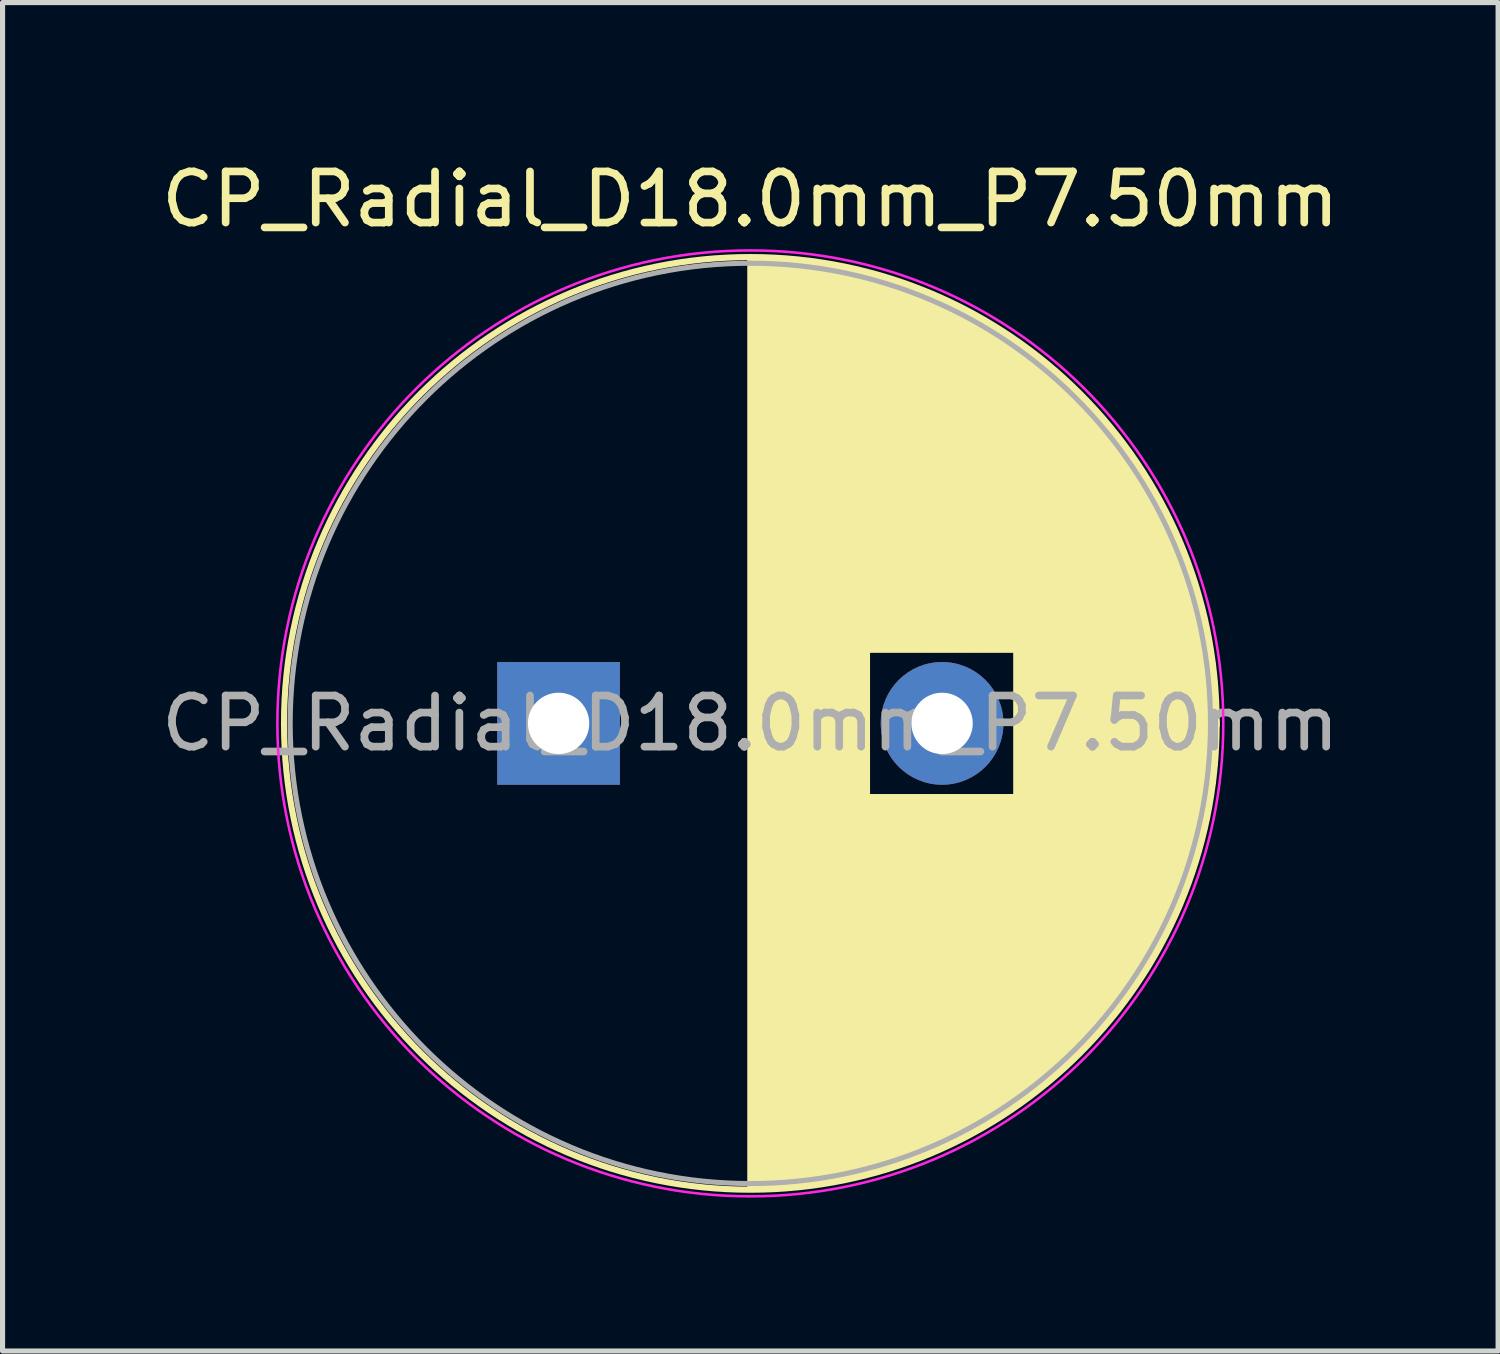
<source format=kicad_pcb>
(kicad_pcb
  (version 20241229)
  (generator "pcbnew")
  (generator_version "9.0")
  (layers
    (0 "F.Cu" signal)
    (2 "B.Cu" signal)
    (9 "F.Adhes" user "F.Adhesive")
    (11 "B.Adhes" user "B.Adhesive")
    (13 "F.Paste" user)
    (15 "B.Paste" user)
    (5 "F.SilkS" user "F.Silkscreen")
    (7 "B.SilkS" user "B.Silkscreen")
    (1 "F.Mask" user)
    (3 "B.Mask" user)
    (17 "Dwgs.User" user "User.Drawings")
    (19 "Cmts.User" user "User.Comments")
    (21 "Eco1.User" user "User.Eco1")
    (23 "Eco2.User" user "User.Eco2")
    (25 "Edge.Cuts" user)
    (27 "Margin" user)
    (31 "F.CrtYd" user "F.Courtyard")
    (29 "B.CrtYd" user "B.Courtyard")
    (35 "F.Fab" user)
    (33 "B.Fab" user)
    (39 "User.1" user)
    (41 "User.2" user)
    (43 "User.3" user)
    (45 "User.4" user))
  (footprint "CP_Radial_D18.0mm_P7.50mm"
    (layer "F.Cu")
    (at 7.875 11.098)
    (property "Reference" "CP_Radial_D18.0mm_P7.50mm" (at 3.75 -10.25 0) (layer "F.SilkS") (effects (font (size 1 1) (thickness 0.15))))
    (attr through_hole)
    (fp_line (start 3.75 -9.081) (end 3.75 9.081) (stroke (width 0.12) (type solid)) (layer "F.SilkS"))
    (fp_line (start 3.79 -9.08) (end 3.79 9.08) (stroke (width 0.12) (type solid)) (layer "F.SilkS"))
    (fp_line (start 3.83 -9.08) (end 3.83 9.08) (stroke (width 0.12) (type solid)) (layer "F.SilkS"))
    (fp_line (start 3.87 -9.08) (end 3.87 9.08) (stroke (width 0.12) (type solid)) (layer "F.SilkS"))
    (fp_line (start 3.91 -9.079) (end 3.91 9.079) (stroke (width 0.12) (type solid)) (layer "F.SilkS"))
    (fp_line (start 3.95 -9.078) (end 3.95 9.078) (stroke (width 0.12) (type solid)) (layer "F.SilkS"))
    (fp_line (start 3.99 -9.077) (end 3.99 9.077) (stroke (width 0.12) (type solid)) (layer "F.SilkS"))
    (fp_line (start 4.03 -9.076) (end 4.03 9.076) (stroke (width 0.12) (type solid)) (layer "F.SilkS"))
    (fp_line (start 4.07 -9.075) (end 4.07 9.075) (stroke (width 0.12) (type solid)) (layer "F.SilkS"))
    (fp_line (start 4.11 -9.073) (end 4.11 9.073) (stroke (width 0.12) (type solid)) (layer "F.SilkS"))
    (fp_line (start 4.15 -9.072) (end 4.15 9.072) (stroke (width 0.12) (type solid)) (layer "F.SilkS"))
    (fp_line (start 4.19 -9.07) (end 4.19 9.07) (stroke (width 0.12) (type solid)) (layer "F.SilkS"))
    (fp_line (start 4.23 -9.068) (end 4.23 9.068) (stroke (width 0.12) (type solid)) (layer "F.SilkS"))
    (fp_line (start 4.27 -9.066) (end 4.27 9.066) (stroke (width 0.12) (type solid)) (layer "F.SilkS"))
    (fp_line (start 4.31 -9.063) (end 4.31 9.063) (stroke (width 0.12) (type solid)) (layer "F.SilkS"))
    (fp_line (start 4.35 -9.061) (end 4.35 9.061) (stroke (width 0.12) (type solid)) (layer "F.SilkS"))
    (fp_line (start 4.39 -9.058) (end 4.39 9.058) (stroke (width 0.12) (type solid)) (layer "F.SilkS"))
    (fp_line (start 4.43 -9.055) (end 4.43 9.055) (stroke (width 0.12) (type solid)) (layer "F.SilkS"))
    (fp_line (start 4.471 -9.052) (end 4.471 9.052) (stroke (width 0.12) (type solid)) (layer "F.SilkS"))
    (fp_line (start 4.511 -9.049) (end 4.511 9.049) (stroke (width 0.12) (type solid)) (layer "F.SilkS"))
    (fp_line (start 4.551 -9.045) (end 4.551 9.045) (stroke (width 0.12) (type solid)) (layer "F.SilkS"))
    (fp_line (start 4.591 -9.042) (end 4.591 9.042) (stroke (width 0.12) (type solid)) (layer "F.SilkS"))
    (fp_line (start 4.631 -9.038) (end 4.631 9.038) (stroke (width 0.12) (type solid)) (layer "F.SilkS"))
    (fp_line (start 4.671 -9.034) (end 4.671 9.034) (stroke (width 0.12) (type solid)) (layer "F.SilkS"))
    (fp_line (start 4.711 -9.03) (end 4.711 9.03) (stroke (width 0.12) (type solid)) (layer "F.SilkS"))
    (fp_line (start 4.751 -9.026) (end 4.751 9.026) (stroke (width 0.12) (type solid)) (layer "F.SilkS"))
    (fp_line (start 4.791 -9.021) (end 4.791 9.021) (stroke (width 0.12) (type solid)) (layer "F.SilkS"))
    (fp_line (start 4.831 -9.016) (end 4.831 9.016) (stroke (width 0.12) (type solid)) (layer "F.SilkS"))
    (fp_line (start 4.871 -9.011) (end 4.871 9.011) (stroke (width 0.12) (type solid)) (layer "F.SilkS"))
    (fp_line (start 4.911 -9.006) (end 4.911 9.006) (stroke (width 0.12) (type solid)) (layer "F.SilkS"))
    (fp_line (start 4.951 -9.001) (end 4.951 9.001) (stroke (width 0.12) (type solid)) (layer "F.SilkS"))
    (fp_line (start 4.991 -8.996) (end 4.991 8.996) (stroke (width 0.12) (type solid)) (layer "F.SilkS"))
    (fp_line (start 5.031 -8.99) (end 5.031 8.99) (stroke (width 0.12) (type solid)) (layer "F.SilkS"))
    (fp_line (start 5.071 -8.984) (end 5.071 8.984) (stroke (width 0.12) (type solid)) (layer "F.SilkS"))
    (fp_line (start 5.111 -8.979) (end 5.111 8.979) (stroke (width 0.12) (type solid)) (layer "F.SilkS"))
    (fp_line (start 5.151 -8.972) (end 5.151 8.972) (stroke (width 0.12) (type solid)) (layer "F.SilkS"))
    (fp_line (start 5.191 -8.966) (end 5.191 8.966) (stroke (width 0.12) (type solid)) (layer "F.SilkS"))
    (fp_line (start 5.231 -8.96) (end 5.231 8.96) (stroke (width 0.12) (type solid)) (layer "F.SilkS"))
    (fp_line (start 5.271 -8.953) (end 5.271 8.953) (stroke (width 0.12) (type solid)) (layer "F.SilkS"))
    (fp_line (start 5.311 -8.946) (end 5.311 8.946) (stroke (width 0.12) (type solid)) (layer "F.SilkS"))
    (fp_line (start 5.351 -8.939) (end 5.351 8.939) (stroke (width 0.12) (type solid)) (layer "F.SilkS"))
    (fp_line (start 5.391 -8.932) (end 5.391 8.932) (stroke (width 0.12) (type solid)) (layer "F.SilkS"))
    (fp_line (start 5.431 -8.924) (end 5.431 8.924) (stroke (width 0.12) (type solid)) (layer "F.SilkS"))
    (fp_line (start 5.471 -8.917) (end 5.471 8.917) (stroke (width 0.12) (type solid)) (layer "F.SilkS"))
    (fp_line (start 5.511 -8.909) (end 5.511 8.909) (stroke (width 0.12) (type solid)) (layer "F.SilkS"))
    (fp_line (start 5.551 -8.901) (end 5.551 8.901) (stroke (width 0.12) (type solid)) (layer "F.SilkS"))
    (fp_line (start 5.591 -8.893) (end 5.591 8.893) (stroke (width 0.12) (type solid)) (layer "F.SilkS"))
    (fp_line (start 5.631 -8.885) (end 5.631 8.885) (stroke (width 0.12) (type solid)) (layer "F.SilkS"))
    (fp_line (start 5.671 -8.876) (end 5.671 8.876) (stroke (width 0.12) (type solid)) (layer "F.SilkS"))
    (fp_line (start 5.711 -8.867) (end 5.711 8.867) (stroke (width 0.12) (type solid)) (layer "F.SilkS"))
    (fp_line (start 5.751 -8.858) (end 5.751 8.858) (stroke (width 0.12) (type solid)) (layer "F.SilkS"))
    (fp_line (start 5.791 -8.849) (end 5.791 8.849) (stroke (width 0.12) (type solid)) (layer "F.SilkS"))
    (fp_line (start 5.831 -8.84) (end 5.831 8.84) (stroke (width 0.12) (type solid)) (layer "F.SilkS"))
    (fp_line (start 5.871 -8.831) (end 5.871 8.831) (stroke (width 0.12) (type solid)) (layer "F.SilkS"))
    (fp_line (start 5.911 -8.821) (end 5.911 8.821) (stroke (width 0.12) (type solid)) (layer "F.SilkS"))
    (fp_line (start 5.951 -8.811) (end 5.951 8.811) (stroke (width 0.12) (type solid)) (layer "F.SilkS"))
    (fp_line (start 5.991 -8.801) (end 5.991 8.801) (stroke (width 0.12) (type solid)) (layer "F.SilkS"))
    (fp_line (start 6.031 -8.791) (end 6.031 8.791) (stroke (width 0.12) (type solid)) (layer "F.SilkS"))
    (fp_line (start 6.071 -8.78) (end 6.071 -1.44) (stroke (width 0.12) (type solid)) (layer "F.SilkS"))
    (fp_line (start 6.071 1.44) (end 6.071 8.78) (stroke (width 0.12) (type solid)) (layer "F.SilkS"))
    (fp_line (start 6.111 -8.77) (end 6.111 -1.44) (stroke (width 0.12) (type solid)) (layer "F.SilkS"))
    (fp_line (start 6.111 1.44) (end 6.111 8.77) (stroke (width 0.12) (type solid)) (layer "F.SilkS"))
    (fp_line (start 6.151 -8.759) (end 6.151 -1.44) (stroke (width 0.12) (type solid)) (layer "F.SilkS"))
    (fp_line (start 6.151 1.44) (end 6.151 8.759) (stroke (width 0.12) (type solid)) (layer "F.SilkS"))
    (fp_line (start 6.191 -8.748) (end 6.191 -1.44) (stroke (width 0.12) (type solid)) (layer "F.SilkS"))
    (fp_line (start 6.191 1.44) (end 6.191 8.748) (stroke (width 0.12) (type solid)) (layer "F.SilkS"))
    (fp_line (start 6.231 -8.737) (end 6.231 -1.44) (stroke (width 0.12) (type solid)) (layer "F.SilkS"))
    (fp_line (start 6.231 1.44) (end 6.231 8.737) (stroke (width 0.12) (type solid)) (layer "F.SilkS"))
    (fp_line (start 6.271 -8.725) (end 6.271 -1.44) (stroke (width 0.12) (type solid)) (layer "F.SilkS"))
    (fp_line (start 6.271 1.44) (end 6.271 8.725) (stroke (width 0.12) (type solid)) (layer "F.SilkS"))
    (fp_line (start 6.311 -8.714) (end 6.311 -1.44) (stroke (width 0.12) (type solid)) (layer "F.SilkS"))
    (fp_line (start 6.311 1.44) (end 6.311 8.714) (stroke (width 0.12) (type solid)) (layer "F.SilkS"))
    (fp_line (start 6.351 -8.702) (end 6.351 -1.44) (stroke (width 0.12) (type solid)) (layer "F.SilkS"))
    (fp_line (start 6.351 1.44) (end 6.351 8.702) (stroke (width 0.12) (type solid)) (layer "F.SilkS"))
    (fp_line (start 6.391 -8.69) (end 6.391 -1.44) (stroke (width 0.12) (type solid)) (layer "F.SilkS"))
    (fp_line (start 6.391 1.44) (end 6.391 8.69) (stroke (width 0.12) (type solid)) (layer "F.SilkS"))
    (fp_line (start 6.431 -8.678) (end 6.431 -1.44) (stroke (width 0.12) (type solid)) (layer "F.SilkS"))
    (fp_line (start 6.431 1.44) (end 6.431 8.678) (stroke (width 0.12) (type solid)) (layer "F.SilkS"))
    (fp_line (start 6.471 -8.665) (end 6.471 -1.44) (stroke (width 0.12) (type solid)) (layer "F.SilkS"))
    (fp_line (start 6.471 1.44) (end 6.471 8.665) (stroke (width 0.12) (type solid)) (layer "F.SilkS"))
    (fp_line (start 6.511 -8.653) (end 6.511 -1.44) (stroke (width 0.12) (type solid)) (layer "F.SilkS"))
    (fp_line (start 6.511 1.44) (end 6.511 8.653) (stroke (width 0.12) (type solid)) (layer "F.SilkS"))
    (fp_line (start 6.551 -8.64) (end 6.551 -1.44) (stroke (width 0.12) (type solid)) (layer "F.SilkS"))
    (fp_line (start 6.551 1.44) (end 6.551 8.64) (stroke (width 0.12) (type solid)) (layer "F.SilkS"))
    (fp_line (start 6.591 -8.627) (end 6.591 -1.44) (stroke (width 0.12) (type solid)) (layer "F.SilkS"))
    (fp_line (start 6.591 1.44) (end 6.591 8.627) (stroke (width 0.12) (type solid)) (layer "F.SilkS"))
    (fp_line (start 6.631 -8.614) (end 6.631 -1.44) (stroke (width 0.12) (type solid)) (layer "F.SilkS"))
    (fp_line (start 6.631 1.44) (end 6.631 8.614) (stroke (width 0.12) (type solid)) (layer "F.SilkS"))
    (fp_line (start 6.671 -8.6) (end 6.671 -1.44) (stroke (width 0.12) (type solid)) (layer "F.SilkS"))
    (fp_line (start 6.671 1.44) (end 6.671 8.6) (stroke (width 0.12) (type solid)) (layer "F.SilkS"))
    (fp_line (start 6.711 -8.587) (end 6.711 -1.44) (stroke (width 0.12) (type solid)) (layer "F.SilkS"))
    (fp_line (start 6.711 1.44) (end 6.711 8.587) (stroke (width 0.12) (type solid)) (layer "F.SilkS"))
    (fp_line (start 6.751 -8.573) (end 6.751 -1.44) (stroke (width 0.12) (type solid)) (layer "F.SilkS"))
    (fp_line (start 6.751 1.44) (end 6.751 8.573) (stroke (width 0.12) (type solid)) (layer "F.SilkS"))
    (fp_line (start 6.791 -8.559) (end 6.791 -1.44) (stroke (width 0.12) (type solid)) (layer "F.SilkS"))
    (fp_line (start 6.791 1.44) (end 6.791 8.559) (stroke (width 0.12) (type solid)) (layer "F.SilkS"))
    (fp_line (start 6.831 -8.545) (end 6.831 -1.44) (stroke (width 0.12) (type solid)) (layer "F.SilkS"))
    (fp_line (start 6.831 1.44) (end 6.831 8.545) (stroke (width 0.12) (type solid)) (layer "F.SilkS"))
    (fp_line (start 6.871 -8.53) (end 6.871 -1.44) (stroke (width 0.12) (type solid)) (layer "F.SilkS"))
    (fp_line (start 6.871 1.44) (end 6.871 8.53) (stroke (width 0.12) (type solid)) (layer "F.SilkS"))
    (fp_line (start 6.911 -8.516) (end 6.911 -1.44) (stroke (width 0.12) (type solid)) (layer "F.SilkS"))
    (fp_line (start 6.911 1.44) (end 6.911 8.516) (stroke (width 0.12) (type solid)) (layer "F.SilkS"))
    (fp_line (start 6.951 -8.501) (end 6.951 -1.44) (stroke (width 0.12) (type solid)) (layer "F.SilkS"))
    (fp_line (start 6.951 1.44) (end 6.951 8.501) (stroke (width 0.12) (type solid)) (layer "F.SilkS"))
    (fp_line (start 6.991 -8.486) (end 6.991 -1.44) (stroke (width 0.12) (type solid)) (layer "F.SilkS"))
    (fp_line (start 6.991 1.44) (end 6.991 8.486) (stroke (width 0.12) (type solid)) (layer "F.SilkS"))
    (fp_line (start 7.031 -8.47) (end 7.031 -1.44) (stroke (width 0.12) (type solid)) (layer "F.SilkS"))
    (fp_line (start 7.031 1.44) (end 7.031 8.47) (stroke (width 0.12) (type solid)) (layer "F.SilkS"))
    (fp_line (start 7.071 -8.455) (end 7.071 -1.44) (stroke (width 0.12) (type solid)) (layer "F.SilkS"))
    (fp_line (start 7.071 1.44) (end 7.071 8.455) (stroke (width 0.12) (type solid)) (layer "F.SilkS"))
    (fp_line (start 7.111 -8.439) (end 7.111 -1.44) (stroke (width 0.12) (type solid)) (layer "F.SilkS"))
    (fp_line (start 7.111 1.44) (end 7.111 8.439) (stroke (width 0.12) (type solid)) (layer "F.SilkS"))
    (fp_line (start 7.151 -8.423) (end 7.151 -1.44) (stroke (width 0.12) (type solid)) (layer "F.SilkS"))
    (fp_line (start 7.151 1.44) (end 7.151 8.423) (stroke (width 0.12) (type solid)) (layer "F.SilkS"))
    (fp_line (start 7.191 -8.407) (end 7.191 -1.44) (stroke (width 0.12) (type solid)) (layer "F.SilkS"))
    (fp_line (start 7.191 1.44) (end 7.191 8.407) (stroke (width 0.12) (type solid)) (layer "F.SilkS"))
    (fp_line (start 7.231 -8.39) (end 7.231 -1.44) (stroke (width 0.12) (type solid)) (layer "F.SilkS"))
    (fp_line (start 7.231 1.44) (end 7.231 8.39) (stroke (width 0.12) (type solid)) (layer "F.SilkS"))
    (fp_line (start 7.271 -8.374) (end 7.271 -1.44) (stroke (width 0.12) (type solid)) (layer "F.SilkS"))
    (fp_line (start 7.271 1.44) (end 7.271 8.374) (stroke (width 0.12) (type solid)) (layer "F.SilkS"))
    (fp_line (start 7.311 -8.357) (end 7.311 -1.44) (stroke (width 0.12) (type solid)) (layer "F.SilkS"))
    (fp_line (start 7.311 1.44) (end 7.311 8.357) (stroke (width 0.12) (type solid)) (layer "F.SilkS"))
    (fp_line (start 7.351 -8.34) (end 7.351 -1.44) (stroke (width 0.12) (type solid)) (layer "F.SilkS"))
    (fp_line (start 7.351 1.44) (end 7.351 8.34) (stroke (width 0.12) (type solid)) (layer "F.SilkS"))
    (fp_line (start 7.391 -8.323) (end 7.391 -1.44) (stroke (width 0.12) (type solid)) (layer "F.SilkS"))
    (fp_line (start 7.391 1.44) (end 7.391 8.323) (stroke (width 0.12) (type solid)) (layer "F.SilkS"))
    (fp_line (start 7.431 -8.305) (end 7.431 -1.44) (stroke (width 0.12) (type solid)) (layer "F.SilkS"))
    (fp_line (start 7.431 1.44) (end 7.431 8.305) (stroke (width 0.12) (type solid)) (layer "F.SilkS"))
    (fp_line (start 7.471 -8.287) (end 7.471 -1.44) (stroke (width 0.12) (type solid)) (layer "F.SilkS"))
    (fp_line (start 7.471 1.44) (end 7.471 8.287) (stroke (width 0.12) (type solid)) (layer "F.SilkS"))
    (fp_line (start 7.511 -8.269) (end 7.511 -1.44) (stroke (width 0.12) (type solid)) (layer "F.SilkS"))
    (fp_line (start 7.511 1.44) (end 7.511 8.269) (stroke (width 0.12) (type solid)) (layer "F.SilkS"))
    (fp_line (start 7.551 -8.251) (end 7.551 -1.44) (stroke (width 0.12) (type solid)) (layer "F.SilkS"))
    (fp_line (start 7.551 1.44) (end 7.551 8.251) (stroke (width 0.12) (type solid)) (layer "F.SilkS"))
    (fp_line (start 7.591 -8.233) (end 7.591 -1.44) (stroke (width 0.12) (type solid)) (layer "F.SilkS"))
    (fp_line (start 7.591 1.44) (end 7.591 8.233) (stroke (width 0.12) (type solid)) (layer "F.SilkS"))
    (fp_line (start 7.631 -8.214) (end 7.631 -1.44) (stroke (width 0.12) (type solid)) (layer "F.SilkS"))
    (fp_line (start 7.631 1.44) (end 7.631 8.214) (stroke (width 0.12) (type solid)) (layer "F.SilkS"))
    (fp_line (start 7.671 -8.195) (end 7.671 -1.44) (stroke (width 0.12) (type solid)) (layer "F.SilkS"))
    (fp_line (start 7.671 1.44) (end 7.671 8.195) (stroke (width 0.12) (type solid)) (layer "F.SilkS"))
    (fp_line (start 7.711 -8.176) (end 7.711 -1.44) (stroke (width 0.12) (type solid)) (layer "F.SilkS"))
    (fp_line (start 7.711 1.44) (end 7.711 8.176) (stroke (width 0.12) (type solid)) (layer "F.SilkS"))
    (fp_line (start 7.751 -8.156) (end 7.751 -1.44) (stroke (width 0.12) (type solid)) (layer "F.SilkS"))
    (fp_line (start 7.751 1.44) (end 7.751 8.156) (stroke (width 0.12) (type solid)) (layer "F.SilkS"))
    (fp_line (start 7.791 -8.137) (end 7.791 -1.44) (stroke (width 0.12) (type solid)) (layer "F.SilkS"))
    (fp_line (start 7.791 1.44) (end 7.791 8.137) (stroke (width 0.12) (type solid)) (layer "F.SilkS"))
    (fp_line (start 7.831 -8.117) (end 7.831 -1.44) (stroke (width 0.12) (type solid)) (layer "F.SilkS"))
    (fp_line (start 7.831 1.44) (end 7.831 8.117) (stroke (width 0.12) (type solid)) (layer "F.SilkS"))
    (fp_line (start 7.871 -8.097) (end 7.871 -1.44) (stroke (width 0.12) (type solid)) (layer "F.SilkS"))
    (fp_line (start 7.871 1.44) (end 7.871 8.097) (stroke (width 0.12) (type solid)) (layer "F.SilkS"))
    (fp_line (start 7.911 -8.076) (end 7.911 -1.44) (stroke (width 0.12) (type solid)) (layer "F.SilkS"))
    (fp_line (start 7.911 1.44) (end 7.911 8.076) (stroke (width 0.12) (type solid)) (layer "F.SilkS"))
    (fp_line (start 7.951 -8.056) (end 7.951 -1.44) (stroke (width 0.12) (type solid)) (layer "F.SilkS"))
    (fp_line (start 7.951 1.44) (end 7.951 8.056) (stroke (width 0.12) (type solid)) (layer "F.SilkS"))
    (fp_line (start 7.991 -8.035) (end 7.991 -1.44) (stroke (width 0.12) (type solid)) (layer "F.SilkS"))
    (fp_line (start 7.991 1.44) (end 7.991 8.035) (stroke (width 0.12) (type solid)) (layer "F.SilkS"))
    (fp_line (start 8.031 -8.014) (end 8.031 -1.44) (stroke (width 0.12) (type solid)) (layer "F.SilkS"))
    (fp_line (start 8.031 1.44) (end 8.031 8.014) (stroke (width 0.12) (type solid)) (layer "F.SilkS"))
    (fp_line (start 8.071 -7.992) (end 8.071 -1.44) (stroke (width 0.12) (type solid)) (layer "F.SilkS"))
    (fp_line (start 8.071 1.44) (end 8.071 7.992) (stroke (width 0.12) (type solid)) (layer "F.SilkS"))
    (fp_line (start 8.111 -7.971) (end 8.111 -1.44) (stroke (width 0.12) (type solid)) (layer "F.SilkS"))
    (fp_line (start 8.111 1.44) (end 8.111 7.971) (stroke (width 0.12) (type solid)) (layer "F.SilkS"))
    (fp_line (start 8.151 -7.949) (end 8.151 -1.44) (stroke (width 0.12) (type solid)) (layer "F.SilkS"))
    (fp_line (start 8.151 1.44) (end 8.151 7.949) (stroke (width 0.12) (type solid)) (layer "F.SilkS"))
    (fp_line (start 8.191 -7.927) (end 8.191 -1.44) (stroke (width 0.12) (type solid)) (layer "F.SilkS"))
    (fp_line (start 8.191 1.44) (end 8.191 7.927) (stroke (width 0.12) (type solid)) (layer "F.SilkS"))
    (fp_line (start 8.231 -7.904) (end 8.231 -1.44) (stroke (width 0.12) (type solid)) (layer "F.SilkS"))
    (fp_line (start 8.231 1.44) (end 8.231 7.904) (stroke (width 0.12) (type solid)) (layer "F.SilkS"))
    (fp_line (start 8.271 -7.882) (end 8.271 -1.44) (stroke (width 0.12) (type solid)) (layer "F.SilkS"))
    (fp_line (start 8.271 1.44) (end 8.271 7.882) (stroke (width 0.12) (type solid)) (layer "F.SilkS"))
    (fp_line (start 8.311 -7.859) (end 8.311 -1.44) (stroke (width 0.12) (type solid)) (layer "F.SilkS"))
    (fp_line (start 8.311 1.44) (end 8.311 7.859) (stroke (width 0.12) (type solid)) (layer "F.SilkS"))
    (fp_line (start 8.351 -7.835) (end 8.351 -1.44) (stroke (width 0.12) (type solid)) (layer "F.SilkS"))
    (fp_line (start 8.351 1.44) (end 8.351 7.835) (stroke (width 0.12) (type solid)) (layer "F.SilkS"))
    (fp_line (start 8.391 -7.812) (end 8.391 -1.44) (stroke (width 0.12) (type solid)) (layer "F.SilkS"))
    (fp_line (start 8.391 1.44) (end 8.391 7.812) (stroke (width 0.12) (type solid)) (layer "F.SilkS"))
    (fp_line (start 8.431 -7.788) (end 8.431 -1.44) (stroke (width 0.12) (type solid)) (layer "F.SilkS"))
    (fp_line (start 8.431 1.44) (end 8.431 7.788) (stroke (width 0.12) (type solid)) (layer "F.SilkS"))
    (fp_line (start 8.471 -7.764) (end 8.471 -1.44) (stroke (width 0.12) (type solid)) (layer "F.SilkS"))
    (fp_line (start 8.471 1.44) (end 8.471 7.764) (stroke (width 0.12) (type solid)) (layer "F.SilkS"))
    (fp_line (start 8.511 -7.74) (end 8.511 -1.44) (stroke (width 0.12) (type solid)) (layer "F.SilkS"))
    (fp_line (start 8.511 1.44) (end 8.511 7.74) (stroke (width 0.12) (type solid)) (layer "F.SilkS"))
    (fp_line (start 8.551 -7.715) (end 8.551 -1.44) (stroke (width 0.12) (type solid)) (layer "F.SilkS"))
    (fp_line (start 8.551 1.44) (end 8.551 7.715) (stroke (width 0.12) (type solid)) (layer "F.SilkS"))
    (fp_line (start 8.591 -7.69) (end 8.591 -1.44) (stroke (width 0.12) (type solid)) (layer "F.SilkS"))
    (fp_line (start 8.591 1.44) (end 8.591 7.69) (stroke (width 0.12) (type solid)) (layer "F.SilkS"))
    (fp_line (start 8.631 -7.665) (end 8.631 -1.44) (stroke (width 0.12) (type solid)) (layer "F.SilkS"))
    (fp_line (start 8.631 1.44) (end 8.631 7.665) (stroke (width 0.12) (type solid)) (layer "F.SilkS"))
    (fp_line (start 8.671 -7.64) (end 8.671 -1.44) (stroke (width 0.12) (type solid)) (layer "F.SilkS"))
    (fp_line (start 8.671 1.44) (end 8.671 7.64) (stroke (width 0.12) (type solid)) (layer "F.SilkS"))
    (fp_line (start 8.711 -7.614) (end 8.711 -1.44) (stroke (width 0.12) (type solid)) (layer "F.SilkS"))
    (fp_line (start 8.711 1.44) (end 8.711 7.614) (stroke (width 0.12) (type solid)) (layer "F.SilkS"))
    (fp_line (start 8.751 -7.588) (end 8.751 -1.44) (stroke (width 0.12) (type solid)) (layer "F.SilkS"))
    (fp_line (start 8.751 1.44) (end 8.751 7.588) (stroke (width 0.12) (type solid)) (layer "F.SilkS"))
    (fp_line (start 8.791 -7.561) (end 8.791 -1.44) (stroke (width 0.12) (type solid)) (layer "F.SilkS"))
    (fp_line (start 8.791 1.44) (end 8.791 7.561) (stroke (width 0.12) (type solid)) (layer "F.SilkS"))
    (fp_line (start 8.831 -7.535) (end 8.831 -1.44) (stroke (width 0.12) (type solid)) (layer "F.SilkS"))
    (fp_line (start 8.831 1.44) (end 8.831 7.535) (stroke (width 0.12) (type solid)) (layer "F.SilkS"))
    (fp_line (start 8.871 -7.508) (end 8.871 -1.44) (stroke (width 0.12) (type solid)) (layer "F.SilkS"))
    (fp_line (start 8.871 1.44) (end 8.871 7.508) (stroke (width 0.12) (type solid)) (layer "F.SilkS"))
    (fp_line (start 8.911 -7.48) (end 8.911 -1.44) (stroke (width 0.12) (type solid)) (layer "F.SilkS"))
    (fp_line (start 8.911 1.44) (end 8.911 7.48) (stroke (width 0.12) (type solid)) (layer "F.SilkS"))
    (fp_line (start 8.951 -7.453) (end 8.951 7.453) (stroke (width 0.12) (type solid)) (layer "F.SilkS"))
    (fp_line (start 8.991 -7.425) (end 8.991 7.425) (stroke (width 0.12) (type solid)) (layer "F.SilkS"))
    (fp_line (start 9.031 -7.397) (end 9.031 7.397) (stroke (width 0.12) (type solid)) (layer "F.SilkS"))
    (fp_line (start 9.071 -7.368) (end 9.071 7.368) (stroke (width 0.12) (type solid)) (layer "F.SilkS"))
    (fp_line (start 9.111 -7.339) (end 9.111 7.339) (stroke (width 0.12) (type solid)) (layer "F.SilkS"))
    (fp_line (start 9.151 -7.31) (end 9.151 7.31) (stroke (width 0.12) (type solid)) (layer "F.SilkS"))
    (fp_line (start 9.191 -7.28) (end 9.191 7.28) (stroke (width 0.12) (type solid)) (layer "F.SilkS"))
    (fp_line (start 9.231 -7.25) (end 9.231 7.25) (stroke (width 0.12) (type solid)) (layer "F.SilkS"))
    (fp_line (start 9.271 -7.22) (end 9.271 7.22) (stroke (width 0.12) (type solid)) (layer "F.SilkS"))
    (fp_line (start 9.311 -7.19) (end 9.311 7.19) (stroke (width 0.12) (type solid)) (layer "F.SilkS"))
    (fp_line (start 9.351 -7.159) (end 9.351 7.159) (stroke (width 0.12) (type solid)) (layer "F.SilkS"))
    (fp_line (start 9.391 -7.127) (end 9.391 7.127) (stroke (width 0.12) (type solid)) (layer "F.SilkS"))
    (fp_line (start 9.431 -7.096) (end 9.431 7.096) (stroke (width 0.12) (type solid)) (layer "F.SilkS"))
    (fp_line (start 9.471 -7.064) (end 9.471 7.064) (stroke (width 0.12) (type solid)) (layer "F.SilkS"))
    (fp_line (start 9.511 -7.031) (end 9.511 7.031) (stroke (width 0.12) (type solid)) (layer "F.SilkS"))
    (fp_line (start 9.551 -6.999) (end 9.551 6.999) (stroke (width 0.12) (type solid)) (layer "F.SilkS"))
    (fp_line (start 9.591 -6.965) (end 9.591 6.965) (stroke (width 0.12) (type solid)) (layer "F.SilkS"))
    (fp_line (start 9.631 -6.932) (end 9.631 6.932) (stroke (width 0.12) (type solid)) (layer "F.SilkS"))
    (fp_line (start 9.671 -6.898) (end 9.671 6.898) (stroke (width 0.12) (type solid)) (layer "F.SilkS"))
    (fp_line (start 9.711 -6.864) (end 9.711 6.864) (stroke (width 0.12) (type solid)) (layer "F.SilkS"))
    (fp_line (start 9.751 -6.829) (end 9.751 6.829) (stroke (width 0.12) (type solid)) (layer "F.SilkS"))
    (fp_line (start 9.791 -6.794) (end 9.791 6.794) (stroke (width 0.12) (type solid)) (layer "F.SilkS"))
    (fp_line (start 9.831 -6.758) (end 9.831 6.758) (stroke (width 0.12) (type solid)) (layer "F.SilkS"))
    (fp_line (start 9.871 -6.722) (end 9.871 6.722) (stroke (width 0.12) (type solid)) (layer "F.SilkS"))
    (fp_line (start 9.911 -6.686) (end 9.911 6.686) (stroke (width 0.12) (type solid)) (layer "F.SilkS"))
    (fp_line (start 9.951 -6.649) (end 9.951 6.649) (stroke (width 0.12) (type solid)) (layer "F.SilkS"))
    (fp_line (start 9.991 -6.612) (end 9.991 6.612) (stroke (width 0.12) (type solid)) (layer "F.SilkS"))
    (fp_line (start 10.031 -6.574) (end 10.031 6.574) (stroke (width 0.12) (type solid)) (layer "F.SilkS"))
    (fp_line (start 10.071 -6.536) (end 10.071 6.536) (stroke (width 0.12) (type solid)) (layer "F.SilkS"))
    (fp_line (start 10.111 -6.497) (end 10.111 6.497) (stroke (width 0.12) (type solid)) (layer "F.SilkS"))
    (fp_line (start 10.151 -6.458) (end 10.151 6.458) (stroke (width 0.12) (type solid)) (layer "F.SilkS"))
    (fp_line (start 10.191 -6.418) (end 10.191 6.418) (stroke (width 0.12) (type solid)) (layer "F.SilkS"))
    (fp_line (start 10.231 -6.378) (end 10.231 6.378) (stroke (width 0.12) (type solid)) (layer "F.SilkS"))
    (fp_line (start 10.271 -6.337) (end 10.271 6.337) (stroke (width 0.12) (type solid)) (layer "F.SilkS"))
    (fp_line (start 10.311 -6.296) (end 10.311 6.296) (stroke (width 0.12) (type solid)) (layer "F.SilkS"))
    (fp_line (start 10.351 -6.254) (end 10.351 6.254) (stroke (width 0.12) (type solid)) (layer "F.SilkS"))
    (fp_line (start 10.391 -6.212) (end 10.391 6.212) (stroke (width 0.12) (type solid)) (layer "F.SilkS"))
    (fp_line (start 10.431 -6.17) (end 10.431 6.17) (stroke (width 0.12) (type solid)) (layer "F.SilkS"))
    (fp_line (start 10.471 -6.126) (end 10.471 6.126) (stroke (width 0.12) (type solid)) (layer "F.SilkS"))
    (fp_line (start 10.511 -6.082) (end 10.511 6.082) (stroke (width 0.12) (type solid)) (layer "F.SilkS"))
    (fp_line (start 10.551 -6.038) (end 10.551 6.038) (stroke (width 0.12) (type solid)) (layer "F.SilkS"))
    (fp_line (start 10.591 -5.993) (end 10.591 5.993) (stroke (width 0.12) (type solid)) (layer "F.SilkS"))
    (fp_line (start 10.631 -5.947) (end 10.631 5.947) (stroke (width 0.12) (type solid)) (layer "F.SilkS"))
    (fp_line (start 10.671 -5.901) (end 10.671 5.901) (stroke (width 0.12) (type solid)) (layer "F.SilkS"))
    (fp_line (start 10.711 -5.854) (end 10.711 5.854) (stroke (width 0.12) (type solid)) (layer "F.SilkS"))
    (fp_line (start 10.751 -5.806) (end 10.751 5.806) (stroke (width 0.12) (type solid)) (layer "F.SilkS"))
    (fp_line (start 10.791 -5.758) (end 10.791 5.758) (stroke (width 0.12) (type solid)) (layer "F.SilkS"))
    (fp_line (start 10.831 -5.709) (end 10.831 5.709) (stroke (width 0.12) (type solid)) (layer "F.SilkS"))
    (fp_line (start 10.871 -5.66) (end 10.871 5.66) (stroke (width 0.12) (type solid)) (layer "F.SilkS"))
    (fp_line (start 10.911 -5.609) (end 10.911 5.609) (stroke (width 0.12) (type solid)) (layer "F.SilkS"))
    (fp_line (start 10.951 -5.558) (end 10.951 5.558) (stroke (width 0.12) (type solid)) (layer "F.SilkS"))
    (fp_line (start 10.991 -5.506) (end 10.991 5.506) (stroke (width 0.12) (type solid)) (layer "F.SilkS"))
    (fp_line (start 11.031 -5.454) (end 11.031 5.454) (stroke (width 0.12) (type solid)) (layer "F.SilkS"))
    (fp_line (start 11.071 -5.4) (end 11.071 5.4) (stroke (width 0.12) (type solid)) (layer "F.SilkS"))
    (fp_line (start 11.111 -5.346) (end 11.111 5.346) (stroke (width 0.12) (type solid)) (layer "F.SilkS"))
    (fp_line (start 11.151 -5.291) (end 11.151 5.291) (stroke (width 0.12) (type solid)) (layer "F.SilkS"))
    (fp_line (start 11.191 -5.235) (end 11.191 5.235) (stroke (width 0.12) (type solid)) (layer "F.SilkS"))
    (fp_line (start 11.231 -5.178) (end 11.231 5.178) (stroke (width 0.12) (type solid)) (layer "F.SilkS"))
    (fp_line (start 11.271 -5.12) (end 11.271 5.12) (stroke (width 0.12) (type solid)) (layer "F.SilkS"))
    (fp_line (start 11.311 -5.062) (end 11.311 5.062) (stroke (width 0.12) (type solid)) (layer "F.SilkS"))
    (fp_line (start 11.351 -5.002) (end 11.351 5.002) (stroke (width 0.12) (type solid)) (layer "F.SilkS"))
    (fp_line (start 11.391 -4.941) (end 11.391 4.941) (stroke (width 0.12) (type solid)) (layer "F.SilkS"))
    (fp_line (start 11.431 -4.879) (end 11.431 4.879) (stroke (width 0.12) (type solid)) (layer "F.SilkS"))
    (fp_line (start 11.471 -4.816) (end 11.471 4.816) (stroke (width 0.12) (type solid)) (layer "F.SilkS"))
    (fp_line (start 11.511 -4.752) (end 11.511 4.752) (stroke (width 0.12) (type solid)) (layer "F.SilkS"))
    (fp_line (start 11.551 -4.686) (end 11.551 4.686) (stroke (width 0.12) (type solid)) (layer "F.SilkS"))
    (fp_line (start 11.591 -4.62) (end 11.591 4.62) (stroke (width 0.12) (type solid)) (layer "F.SilkS"))
    (fp_line (start 11.631 -4.552) (end 11.631 4.552) (stroke (width 0.12) (type solid)) (layer "F.SilkS"))
    (fp_line (start 11.671 -4.482) (end 11.671 4.482) (stroke (width 0.12) (type solid)) (layer "F.SilkS"))
    (fp_line (start 11.711 -4.412) (end 11.711 4.412) (stroke (width 0.12) (type solid)) (layer "F.SilkS"))
    (fp_line (start 11.751 -4.339) (end 11.751 4.339) (stroke (width 0.12) (type solid)) (layer "F.SilkS"))
    (fp_line (start 11.791 -4.265) (end 11.791 4.265) (stroke (width 0.12) (type solid)) (layer "F.SilkS"))
    (fp_line (start 11.831 -4.19) (end 11.831 4.19) (stroke (width 0.12) (type solid)) (layer "F.SilkS"))
    (fp_line (start 11.871 -4.113) (end 11.871 4.113) (stroke (width 0.12) (type solid)) (layer "F.SilkS"))
    (fp_line (start 11.911 -4.033) (end 11.911 4.033) (stroke (width 0.12) (type solid)) (layer "F.SilkS"))
    (fp_line (start 11.95 -3.952) (end 11.95 3.952) (stroke (width 0.12) (type solid)) (layer "F.SilkS"))
    (fp_line (start 11.99 -3.869) (end 11.99 3.869) (stroke (width 0.12) (type solid)) (layer "F.SilkS"))
    (fp_line (start 12.03 -3.784) (end 12.03 3.784) (stroke (width 0.12) (type solid)) (layer "F.SilkS"))
    (fp_line (start 12.07 -3.696) (end 12.07 3.696) (stroke (width 0.12) (type solid)) (layer "F.SilkS"))
    (fp_line (start 12.11 -3.605) (end 12.11 3.605) (stroke (width 0.12) (type solid)) (layer "F.SilkS"))
    (fp_line (start 12.15 -3.512) (end 12.15 3.512) (stroke (width 0.12) (type solid)) (layer "F.SilkS"))
    (fp_line (start 12.19 -3.416) (end 12.19 3.416) (stroke (width 0.12) (type solid)) (layer "F.SilkS"))
    (fp_line (start 12.23 -3.317) (end 12.23 3.317) (stroke (width 0.12) (type solid)) (layer "F.SilkS"))
    (fp_line (start 12.27 -3.214) (end 12.27 3.214) (stroke (width 0.12) (type solid)) (layer "F.SilkS"))
    (fp_line (start 12.31 -3.107) (end 12.31 3.107) (stroke (width 0.12) (type solid)) (layer "F.SilkS"))
    (fp_line (start 12.35 -2.996) (end 12.35 2.996) (stroke (width 0.12) (type solid)) (layer "F.SilkS"))
    (fp_line (start 12.39 -2.88) (end 12.39 2.88) (stroke (width 0.12) (type solid)) (layer "F.SilkS"))
    (fp_line (start 12.43 -2.759) (end 12.43 2.759) (stroke (width 0.12) (type solid)) (layer "F.SilkS"))
    (fp_line (start 12.47 -2.632) (end 12.47 2.632) (stroke (width 0.12) (type solid)) (layer "F.SilkS"))
    (fp_line (start 12.51 -2.498) (end 12.51 2.498) (stroke (width 0.12) (type solid)) (layer "F.SilkS"))
    (fp_line (start 12.55 -2.355) (end 12.55 2.355) (stroke (width 0.12) (type solid)) (layer "F.SilkS"))
    (fp_line (start 12.59 -2.203) (end 12.59 2.203) (stroke (width 0.12) (type solid)) (layer "F.SilkS"))
    (fp_line (start 12.63 -2.039) (end 12.63 2.039) (stroke (width 0.12) (type solid)) (layer "F.SilkS"))
    (fp_line (start 12.67 -1.86) (end 12.67 1.86) (stroke (width 0.12) (type solid)) (layer "F.SilkS"))
    (fp_line (start 12.71 -1.661) (end 12.71 1.661) (stroke (width 0.12) (type solid)) (layer "F.SilkS"))
    (fp_line (start 12.75 -1.435) (end 12.75 1.435) (stroke (width 0.12) (type solid)) (layer "F.SilkS"))
    (fp_line (start 12.79 -1.166) (end 12.79 1.166) (stroke (width 0.12) (type solid)) (layer "F.SilkS"))
    (fp_line (start 12.83 -0.814) (end 12.83 0.814) (stroke (width 0.12) (type solid)) (layer "F.SilkS"))
    (fp_line (start 12.87 -0.04) (end 12.87 0.04) (stroke (width 0.12) (type solid)) (layer "F.SilkS"))
    (fp_circle (center 3.75 0) (end 12.87 0) (stroke (width 0.12) (type solid)) (fill no) (layer "F.SilkS"))
    (fp_circle (center 3.75 0) (end 13 0) (stroke (width 0.05) (type solid)) (fill no) (layer "F.CrtYd"))
    (fp_circle (center 3.75 0) (end 12.75 0) (stroke (width 0.1) (type solid)) (fill no) (layer "F.Fab"))
    (fp_text user "${REFERENCE}" (at 3.75 0 0) (layer "F.Fab") (effects (font (size 1 1) (thickness 0.15))))
    (pad "1" thru_hole rect (at 0 0) (size 2.4 2.4) (drill 1.2) (layers "*.Cu" "*.Mask"))
    (pad "2" thru_hole circle (at 7.5 0) (size 2.4 2.4) (drill 1.2) (layers "*.Cu" "*.Mask")))
  (gr_rect
    (start -3 -3)
    (end 26.25 23.373)
    (stroke (width 0.1) (type default))
    (fill no)
    (layer "Edge.Cuts")))
</source>
